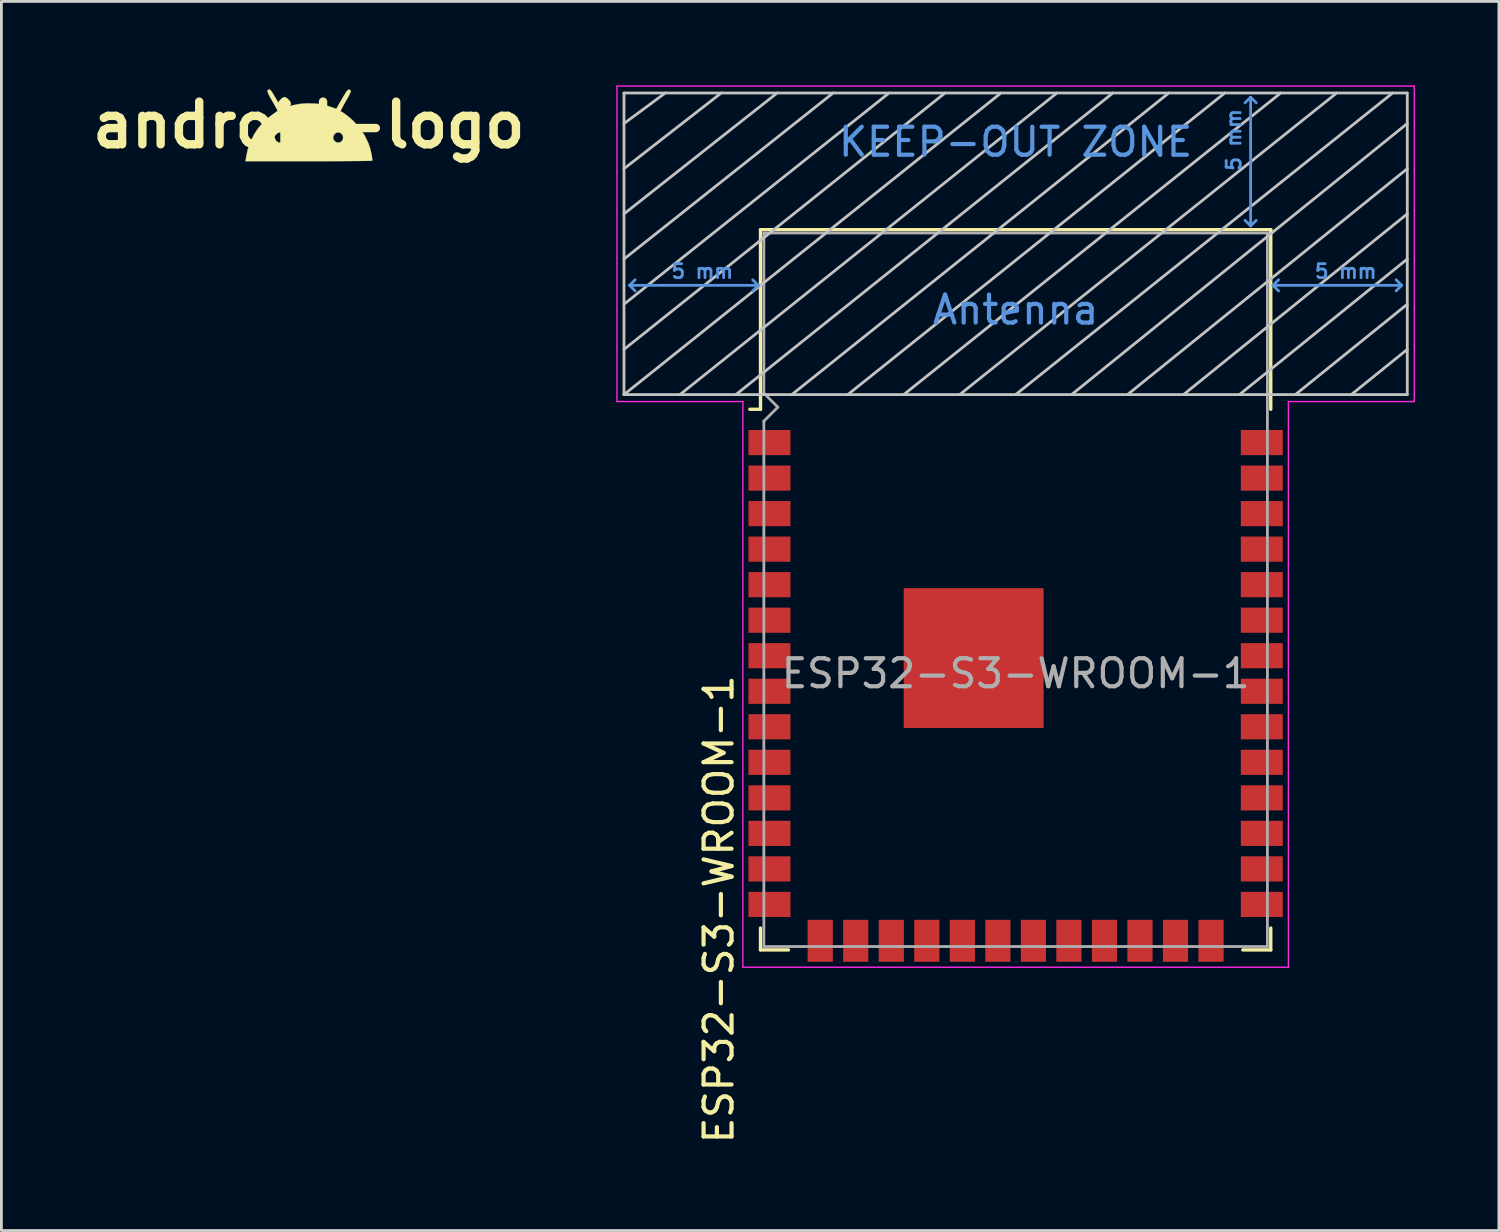
<source format=kicad_pcb>
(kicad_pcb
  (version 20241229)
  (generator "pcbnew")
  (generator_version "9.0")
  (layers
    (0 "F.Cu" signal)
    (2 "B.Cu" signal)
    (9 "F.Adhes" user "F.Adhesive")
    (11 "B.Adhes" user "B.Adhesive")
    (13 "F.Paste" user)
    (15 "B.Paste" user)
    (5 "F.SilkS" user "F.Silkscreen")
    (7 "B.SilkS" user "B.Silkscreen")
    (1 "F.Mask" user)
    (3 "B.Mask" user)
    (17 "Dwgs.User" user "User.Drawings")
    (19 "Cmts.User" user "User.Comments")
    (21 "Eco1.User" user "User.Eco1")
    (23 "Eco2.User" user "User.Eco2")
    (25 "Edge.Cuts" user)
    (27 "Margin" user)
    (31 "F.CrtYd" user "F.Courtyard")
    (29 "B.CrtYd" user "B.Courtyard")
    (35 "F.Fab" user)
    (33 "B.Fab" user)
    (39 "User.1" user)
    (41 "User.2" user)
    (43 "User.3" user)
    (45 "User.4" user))
  (footprint "ESP32-S3-WROOM-1"
    (layer "F.Cu")
    (at 33.255 21.025)
    (property "Reference" "ESP32-S3-WROOM-1" (at -10.61 8.43 90) (layer "F.SilkS") (effects (font (size 1 1) (thickness 0.15))))
    (attr smd)
    (fp_line (start -9.12 -15.865) (end -9.12 -9.445) (stroke (width 0.12) (type solid)) (layer "F.SilkS"))
    (fp_line (start -9.12 -15.865) (end 9.12 -15.865) (stroke (width 0.12) (type solid)) (layer "F.SilkS"))
    (fp_line (start -9.12 -9.445) (end -9.5 -9.445) (stroke (width 0.12) (type solid)) (layer "F.SilkS"))
    (fp_line (start -9.12 9.1) (end -9.12 9.88) (stroke (width 0.12) (type solid)) (layer "F.SilkS"))
    (fp_line (start -9.12 9.88) (end -8.12 9.88) (stroke (width 0.12) (type solid)) (layer "F.SilkS"))
    (fp_line (start 9.12 -15.865) (end 9.12 -9.445) (stroke (width 0.12) (type solid)) (layer "F.SilkS"))
    (fp_line (start 9.12 9.1) (end 9.12 9.88) (stroke (width 0.12) (type solid)) (layer "F.SilkS"))
    (fp_line (start 9.12 9.88) (end 8.12 9.88) (stroke (width 0.12) (type solid)) (layer "F.SilkS"))
    (fp_line (start -14 -9.97) (end -14 -20.75) (stroke (width 0.1) (type solid)) (layer "Dwgs.User"))
    (fp_line (start -12.525 -20.75) (end -14 -19.66) (stroke (width 0.1) (type solid)) (layer "Dwgs.User"))
    (fp_line (start -10.525 -20.75) (end -14 -18.045) (stroke (width 0.1) (type solid)) (layer "Dwgs.User"))
    (fp_line (start -8.525 -20.75) (end -14 -16.43) (stroke (width 0.1) (type solid)) (layer "Dwgs.User"))
    (fp_line (start -8 -9.97) (end 5.475 -20.75) (stroke (width 0.1) (type solid)) (layer "Dwgs.User"))
    (fp_line (start -6.525 -20.75) (end -14 -14.815) (stroke (width 0.1) (type solid)) (layer "Dwgs.User"))
    (fp_line (start -4.525 -20.75) (end -14 -13.2) (stroke (width 0.1) (type solid)) (layer "Dwgs.User"))
    (fp_line (start -2.525 -20.75) (end -14 -11.585) (stroke (width 0.1) (type solid)) (layer "Dwgs.User"))
    (fp_line (start -0.525 -20.75) (end -14 -9.97) (stroke (width 0.1) (type solid)) (layer "Dwgs.User"))
    (fp_line (start 1.475 -20.75) (end -12 -9.97) (stroke (width 0.1) (type solid)) (layer "Dwgs.User"))
    (fp_line (start 3.475 -20.75) (end -10 -9.97) (stroke (width 0.1) (type solid)) (layer "Dwgs.User"))
    (fp_line (start 7.475 -20.75) (end -6 -9.97) (stroke (width 0.1) (type solid)) (layer "Dwgs.User"))
    (fp_line (start 9.475 -20.75) (end -4 -9.97) (stroke (width 0.1) (type solid)) (layer "Dwgs.User"))
    (fp_line (start 11.475 -20.75) (end -2 -9.97) (stroke (width 0.1) (type solid)) (layer "Dwgs.User"))
    (fp_line (start 13.475 -20.75) (end 0 -9.97) (stroke (width 0.1) (type solid)) (layer "Dwgs.User"))
    (fp_line (start 14 -20.75) (end -14 -20.75) (stroke (width 0.1) (type solid)) (layer "Dwgs.User"))
    (fp_line (start 14 -19.66) (end 2 -9.97) (stroke (width 0.1) (type solid)) (layer "Dwgs.User"))
    (fp_line (start 14 -18.045) (end 4 -9.97) (stroke (width 0.1) (type solid)) (layer "Dwgs.User"))
    (fp_line (start 14 -16.43) (end 6 -9.97) (stroke (width 0.1) (type solid)) (layer "Dwgs.User"))
    (fp_line (start 14 -14.815) (end 8 -9.97) (stroke (width 0.1) (type solid)) (layer "Dwgs.User"))
    (fp_line (start 14 -13.2) (end 10 -9.97) (stroke (width 0.1) (type solid)) (layer "Dwgs.User"))
    (fp_line (start 14 -11.585) (end 12 -9.97) (stroke (width 0.1) (type solid)) (layer "Dwgs.User"))
    (fp_line (start 14 -9.97) (end -14 -9.97) (stroke (width 0.1) (type solid)) (layer "Dwgs.User"))
    (fp_line (start 14 -9.97) (end 14 -20.75) (stroke (width 0.1) (type solid)) (layer "Dwgs.User"))
    (fp_line (start -13.8 -13.875) (end -13.6 -14.075) (stroke (width 0.1) (type solid)) (layer "Cmts.User"))
    (fp_line (start -13.8 -13.875) (end -13.6 -13.675) (stroke (width 0.1) (type solid)) (layer "Cmts.User"))
    (fp_line (start -13.8 -13.875) (end -9.2 -13.875) (stroke (width 0.1) (type solid)) (layer "Cmts.User"))
    (fp_line (start -9.2 -13.875) (end -9.4 -14.075) (stroke (width 0.1) (type solid)) (layer "Cmts.User"))
    (fp_line (start -9.2 -13.875) (end -9.4 -13.675) (stroke (width 0.1) (type solid)) (layer "Cmts.User"))
    (fp_line (start 8.4 -20.6) (end 8.2 -20.4) (stroke (width 0.1) (type solid)) (layer "Cmts.User"))
    (fp_line (start 8.4 -20.6) (end 8.6 -20.4) (stroke (width 0.1) (type solid)) (layer "Cmts.User"))
    (fp_line (start 8.4 -16) (end 8.2 -16.2) (stroke (width 0.1) (type solid)) (layer "Cmts.User"))
    (fp_line (start 8.4 -16) (end 8.4 -20.6) (stroke (width 0.1) (type solid)) (layer "Cmts.User"))
    (fp_line (start 8.4 -16) (end 8.6 -16.2) (stroke (width 0.1) (type solid)) (layer "Cmts.User"))
    (fp_line (start 9.2 -13.875) (end 9.4 -14.075) (stroke (width 0.1) (type solid)) (layer "Cmts.User"))
    (fp_line (start 9.2 -13.875) (end 9.4 -13.675) (stroke (width 0.1) (type solid)) (layer "Cmts.User"))
    (fp_line (start 9.2 -13.875) (end 13.8 -13.875) (stroke (width 0.1) (type solid)) (layer "Cmts.User"))
    (fp_line (start 13.8 -13.875) (end 13.6 -14.075) (stroke (width 0.1) (type solid)) (layer "Cmts.User"))
    (fp_line (start 13.8 -13.875) (end 13.6 -13.675) (stroke (width 0.1) (type solid)) (layer "Cmts.User"))
    (fp_line (start -14.25 -21) (end -14.25 -9.72) (stroke (width 0.05) (type solid)) (layer "F.CrtYd"))
    (fp_line (start -14.25 -21) (end 14.25 -21) (stroke (width 0.05) (type solid)) (layer "F.CrtYd"))
    (fp_line (start -14.25 -9.72) (end -9.75 -9.72) (stroke (width 0.05) (type solid)) (layer "F.CrtYd"))
    (fp_line (start -9.75 10.5) (end -9.75 -9.72) (stroke (width 0.05) (type solid)) (layer "F.CrtYd"))
    (fp_line (start -9.75 10.5) (end 9.75 10.5) (stroke (width 0.05) (type solid)) (layer "F.CrtYd"))
    (fp_line (start 9.75 -9.72) (end 9.75 10.5) (stroke (width 0.05) (type solid)) (layer "F.CrtYd"))
    (fp_line (start 9.75 -9.72) (end 14.25 -9.72) (stroke (width 0.05) (type solid)) (layer "F.CrtYd"))
    (fp_line (start 14.25 -21) (end 14.25 -9.72) (stroke (width 0.05) (type solid)) (layer "F.CrtYd"))
    (fp_line (start -9 -15.745) (end -9 -10.02) (stroke (width 0.1) (type solid)) (layer "F.Fab"))
    (fp_line (start -9 -15.745) (end 9 -15.745) (stroke (width 0.1) (type solid)) (layer "F.Fab"))
    (fp_line (start -9 -9.02) (end -9 9.76) (stroke (width 0.1) (type solid)) (layer "F.Fab"))
    (fp_line (start -9 -9.02) (end -8.5 -9.52) (stroke (width 0.1) (type solid)) (layer "F.Fab"))
    (fp_line (start -9 9.76) (end 9 9.76) (stroke (width 0.1) (type solid)) (layer "F.Fab"))
    (fp_line (start -8.5 -9.52) (end -9 -10.02) (stroke (width 0.1) (type solid)) (layer "F.Fab"))
    (fp_line (start 9 9.76) (end 9 -15.745) (stroke (width 0.1) (type solid)) (layer "F.Fab"))
    (fp_text user "5 mm" (at 7.8 -19.075 90) (layer "Cmts.User") (effects (font (size 0.5 0.5) (thickness 0.1))))
    (fp_text user "5 mm" (at 11.8 -14.375 0) (layer "Cmts.User") (effects (font (size 0.5 0.5) (thickness 0.1))))
    (fp_text user "KEEP-OUT ZONE" (at 0 -19 0) (layer "Cmts.User") (effects (font (size 1 1) (thickness 0.15))))
    (fp_text user "5 mm" (at -11.2 -14.375 0) (layer "Cmts.User") (effects (font (size 0.5 0.5) (thickness 0.1))))
    (fp_text user "Antenna" (at 0 -13 0) (layer "Cmts.User") (effects (font (size 1 1) (thickness 0.15))))
    (fp_text user "${REFERENCE}" (at 0 0 0) (layer "F.Fab") (effects (font (size 1 1) (thickness 0.15))))
    (pad "1" smd rect (at -8.8 -8.255) (size 1.5 0.9) (layers "F.Cu" "F.Mask" "F.Paste"))
    (pad "2" smd rect (at -8.8 -6.985) (size 1.5 0.9) (layers "F.Cu" "F.Mask" "F.Paste"))
    (pad "3" smd rect (at -8.8 -5.715) (size 1.5 0.9) (layers "F.Cu" "F.Mask" "F.Paste"))
    (pad "4" smd rect (at -8.8 -4.445) (size 1.5 0.9) (layers "F.Cu" "F.Mask" "F.Paste"))
    (pad "5" smd rect (at -8.8 -3.175) (size 1.5 0.9) (layers "F.Cu" "F.Mask" "F.Paste"))
    (pad "6" smd rect (at -8.8 -1.905) (size 1.5 0.9) (layers "F.Cu" "F.Mask" "F.Paste"))
    (pad "7" smd rect (at -8.8 -0.635) (size 1.5 0.9) (layers "F.Cu" "F.Mask" "F.Paste"))
    (pad "8" smd rect (at -8.8 0.635) (size 1.5 0.9) (layers "F.Cu" "F.Mask" "F.Paste"))
    (pad "9" smd rect (at -8.8 1.905) (size 1.5 0.9) (layers "F.Cu" "F.Mask" "F.Paste"))
    (pad "10" smd rect (at -8.8 3.175) (size 1.5 0.9) (layers "F.Cu" "F.Mask" "F.Paste"))
    (pad "11" smd rect (at -8.8 4.445) (size 1.5 0.9) (layers "F.Cu" "F.Mask" "F.Paste"))
    (pad "12" smd rect (at -8.8 5.715) (size 1.5 0.9) (layers "F.Cu" "F.Mask" "F.Paste"))
    (pad "13" smd rect (at -8.8 6.985) (size 1.5 0.9) (layers "F.Cu" "F.Mask" "F.Paste"))
    (pad "14" smd rect (at -8.8 8.255) (size 1.5 0.9) (layers "F.Cu" "F.Mask" "F.Paste"))
    (pad "15" smd rect (at -6.985 9.555 90) (size 1.5 0.9) (layers "F.Cu" "F.Mask" "F.Paste"))
    (pad "16" smd rect (at -5.715 9.555 90) (size 1.5 0.9) (layers "F.Cu" "F.Mask" "F.Paste"))
    (pad "17" smd rect (at -4.445 9.555 90) (size 1.5 0.9) (layers "F.Cu" "F.Mask" "F.Paste"))
    (pad "18" smd rect (at -3.175 9.555 90) (size 1.5 0.9) (layers "F.Cu" "F.Mask" "F.Paste"))
    (pad "19" smd rect (at -1.905 9.555 90) (size 1.5 0.9) (layers "F.Cu" "F.Mask" "F.Paste"))
    (pad "20" smd rect (at -0.635 9.555 90) (size 1.5 0.9) (layers "F.Cu" "F.Mask" "F.Paste"))
    (pad "21" smd rect (at 0.635 9.555 90) (size 1.5 0.9) (layers "F.Cu" "F.Mask" "F.Paste"))
    (pad "22" smd rect (at 1.905 9.555 90) (size 1.5 0.9) (layers "F.Cu" "F.Mask" "F.Paste"))
    (pad "23" smd rect (at 3.175 9.555 90) (size 1.5 0.9) (layers "F.Cu" "F.Mask" "F.Paste"))
    (pad "24" smd rect (at 4.445 9.555 90) (size 1.5 0.9) (layers "F.Cu" "F.Mask" "F.Paste"))
    (pad "25" smd rect (at 5.715 9.555 270) (size 1.5 0.9) (layers "F.Cu" "F.Mask" "F.Paste"))
    (pad "26" smd rect (at 6.985 9.555 270) (size 1.5 0.9) (layers "F.Cu" "F.Mask" "F.Paste"))
    (pad "27" smd rect (at 8.8 8.255) (size 1.5 0.9) (layers "F.Cu" "F.Mask" "F.Paste"))
    (pad "28" smd rect (at 8.8 6.985) (size 1.5 0.9) (layers "F.Cu" "F.Mask" "F.Paste"))
    (pad "29" smd rect (at 8.8 5.715) (size 1.5 0.9) (layers "F.Cu" "F.Mask" "F.Paste"))
    (pad "30" smd rect (at 8.8 4.445) (size 1.5 0.9) (layers "F.Cu" "F.Mask" "F.Paste"))
    (pad "31" smd rect (at 8.8 3.175) (size 1.5 0.9) (layers "F.Cu" "F.Mask" "F.Paste"))
    (pad "32" smd rect (at 8.8 1.905) (size 1.5 0.9) (layers "F.Cu" "F.Mask" "F.Paste"))
    (pad "33" smd rect (at 8.8 0.635) (size 1.5 0.9) (layers "F.Cu" "F.Mask" "F.Paste"))
    (pad "34" smd rect (at 8.8 -0.635) (size 1.5 0.9) (layers "F.Cu" "F.Mask" "F.Paste"))
    (pad "35" smd rect (at 8.8 -1.905) (size 1.5 0.9) (layers "F.Cu" "F.Mask" "F.Paste"))
    (pad "36" smd rect (at 8.8 -3.175) (size 1.5 0.9) (layers "F.Cu" "F.Mask" "F.Paste"))
    (pad "37" smd rect (at 8.8 -4.445) (size 1.5 0.9) (layers "F.Cu" "F.Mask" "F.Paste"))
    (pad "38" smd rect (at 8.8 -5.715) (size 1.5 0.9) (layers "F.Cu" "F.Mask" "F.Paste"))
    (pad "39" smd rect (at 8.8 -6.985) (size 1.5 0.9) (layers "F.Cu" "F.Mask" "F.Paste"))
    (pad "40" smd rect (at 8.8 -8.255) (size 1.5 0.9) (layers "F.Cu" "F.Mask" "F.Paste"))
    (pad "41" smd rect (at -1.5 -0.55) (size 5 5) (layers "F.Cu" "F.Mask" "F.Paste")))
  (footprint "android-logo"
    (layer "F.Cu")
    (at 7.99 1.418)
    (property "Reference" "android-logo" (at 0 0 0) (layer "F.SilkS") (effects (font (size 1.524 1.524) (thickness 0.3))))
    (attr through_hole)
    (fp_poly (pts (xy -1.39 -1.26) (xy -1.362 -1.235) (xy -1.327 -1.189) (xy -1.281 -1.118) (xy -1.22 -1.016) (xy -1.152 -0.9) (xy -0.965 -0.576) (xy -0.791 -0.637) (xy -0.56 -0.708) (xy -0.337 -0.751) (xy -0.103 -0.77) (xy -0.011 -0.771) (xy 0.19 -0.766) (xy 0.365 -0.75) (xy 0.528 -0.72) (xy 0.697 -0.673) (xy 0.77 -0.649) (xy 0.981 -0.577) (xy 1.178 -0.919) (xy 1.252 -1.044) (xy 1.308 -1.136) (xy 1.35 -1.199) (xy 1.382 -1.237) (xy 1.407 -1.256) (xy 1.425 -1.26) (xy 1.466 -1.256) (xy 1.49 -1.241) (xy 1.497 -1.211) (xy 1.484 -1.161) (xy 1.452 -1.088) (xy 1.398 -0.987) (xy 1.321 -0.853) (xy 1.316 -0.843) (xy 1.251 -0.729) (xy 1.198 -0.63) (xy 1.16 -0.553) (xy 1.139 -0.504) (xy 1.138 -0.486) (xy 1.195 -0.458) (xy 1.274 -0.405) (xy 1.368 -0.336) (xy 1.467 -0.255) (xy 1.562 -0.171) (xy 1.613 -0.122) (xy 1.822 0.115) (xy 1.994 0.374) (xy 2.128 0.652) (xy 2.167 0.76) (xy 2.19 0.838) (xy 2.214 0.932) (xy 2.235 1.032) (xy 2.253 1.126) (xy 2.264 1.205) (xy 2.268 1.259) (xy 2.265 1.276) (xy 2.242 1.278) (xy 2.179 1.281) (xy 2.077 1.283) (xy 1.94 1.285) (xy 1.771 1.286) (xy 1.572 1.288) (xy 1.347 1.29) (xy 1.099 1.291) (xy 0.83 1.292) (xy 0.544 1.293) (xy 0.242 1.293) (xy -0.003 1.293) (xy -2.261 1.293) (xy -2.246 1.178) (xy -2.187 0.886) (xy -2.088 0.599) (xy -1.999 0.423) (xy -1.223 0.423) (xy -1.219 0.467) (xy -1.186 0.547) (xy -1.128 0.603) (xy -1.055 0.63) (xy -0.98 0.625) (xy -0.91 0.583) (xy -0.908 0.582) (xy -0.865 0.512) (xy -0.86 0.47) (xy 0.868 0.47) (xy 0.893 0.542) (xy 0.928 0.584) (xy 1.007 0.627) (xy 1.087 0.631) (xy 1.162 0.593) (xy 1.173 0.582) (xy 1.217 0.513) (xy 1.226 0.436) (xy 1.206 0.362) (xy 1.161 0.303) (xy 1.094 0.268) (xy 1.054 0.263) (xy 0.973 0.281) (xy 0.913 0.329) (xy 0.876 0.395) (xy 0.868 0.47) (xy -0.86 0.47) (xy -0.855 0.435) (xy -0.876 0.362) (xy -0.923 0.302) (xy -0.991 0.268) (xy -1.031 0.263) (xy -1.104 0.282) (xy -1.166 0.33) (xy -1.209 0.38) (xy -1.223 0.423) (xy -1.999 0.423) (xy -1.951 0.327) (xy -1.863 0.188) (xy -1.765 0.062) (xy -1.644 -0.071) (xy -1.51 -0.202) (xy -1.376 -0.317) (xy -1.255 -0.405) (xy -1.189 -0.45) (xy -1.14 -0.487) (xy -1.118 -0.509) (xy -1.118 -0.511) (xy -1.128 -0.534) (xy -1.157 -0.59) (xy -1.201 -0.669) (xy -1.256 -0.768) (xy -1.306 -0.855) (xy -1.38 -0.985) (xy -1.432 -1.083) (xy -1.463 -1.154) (xy -1.476 -1.203) (xy -1.472 -1.235) (xy -1.452 -1.256) (xy -1.436 -1.263) (xy -1.413 -1.267) (xy -1.39 -1.26)) (stroke (width 0.01) (type solid)) (fill yes) (layer "F.SilkS")))
  (gr_rect
    (start -3 -3)
    (end 50.53 40.937)
    (stroke (width 0.1) (type default))
    (fill no)
    (layer "Edge.Cuts")))
</source>
